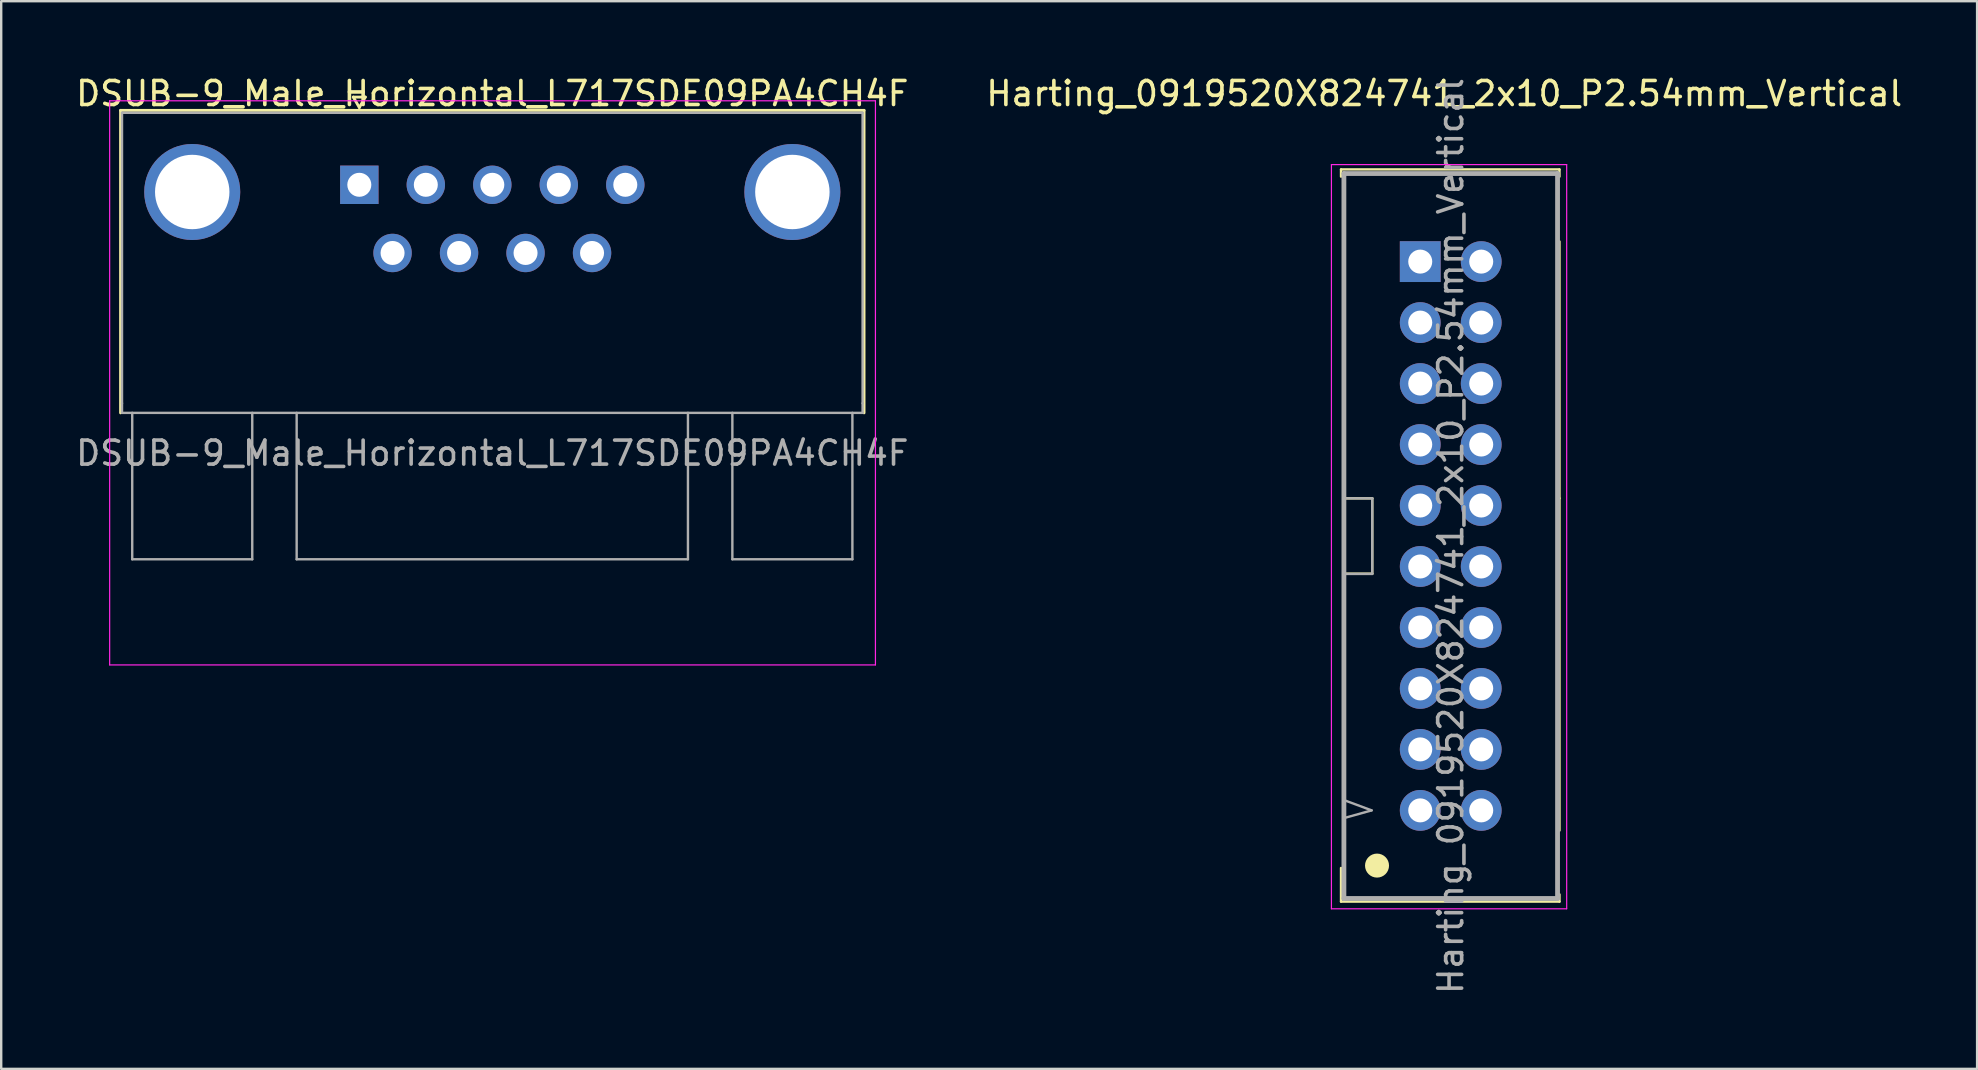
<source format=kicad_pcb>
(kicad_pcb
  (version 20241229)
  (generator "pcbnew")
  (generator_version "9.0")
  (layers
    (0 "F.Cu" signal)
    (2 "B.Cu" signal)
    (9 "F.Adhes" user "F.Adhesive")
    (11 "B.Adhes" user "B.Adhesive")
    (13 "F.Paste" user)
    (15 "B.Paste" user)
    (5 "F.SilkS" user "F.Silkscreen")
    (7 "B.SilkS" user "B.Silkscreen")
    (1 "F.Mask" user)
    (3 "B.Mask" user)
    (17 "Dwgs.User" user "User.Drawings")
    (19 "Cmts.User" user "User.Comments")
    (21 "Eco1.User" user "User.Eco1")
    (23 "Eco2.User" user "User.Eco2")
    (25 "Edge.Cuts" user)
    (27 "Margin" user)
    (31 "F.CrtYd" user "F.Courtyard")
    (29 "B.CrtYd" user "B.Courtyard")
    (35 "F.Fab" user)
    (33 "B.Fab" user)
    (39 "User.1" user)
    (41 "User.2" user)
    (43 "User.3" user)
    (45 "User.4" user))
  (footprint "Harting_0919520X824741_2x10_P2.54mm_Vertical"
    (layer "F.Cu")
    (at 56.113 30.708)
    (property "Reference" "Harting_0919520X824741_2x10_P2.54mm_Vertical" (at 1 -29.86 0) (layer "F.SilkS") (effects (font (size 1 1) (thickness 0.15))))
    (attr through_hole)
    (fp_line (start -3.3 -26.7) (end -3.3 -26.4) (stroke (width 0.1) (type solid)) (layer "F.SilkS"))
    (fp_line (start -3.3 2.4) (end -3.3 3.8) (stroke (width 0.1) (type solid)) (layer "F.SilkS"))
    (fp_line (start -3.18 -13) (end -3.18 -23.7) (stroke (width 0.1) (type solid)) (layer "F.SilkS"))
    (fp_line (start -3.18 -13) (end -2 -13) (stroke (width 0.1) (type solid)) (layer "F.SilkS"))
    (fp_line (start -3.18 -9.86) (end -3.18 0.84) (stroke (width 0.1) (type solid)) (layer "F.SilkS"))
    (fp_line (start -3.18 -9.86) (end -2 -9.86) (stroke (width 0.1) (type solid)) (layer "F.SilkS"))
    (fp_line (start -2 -9.86) (end -2 -13) (stroke (width 0.1) (type solid)) (layer "F.SilkS"))
    (fp_line (start 5.8 -26.7) (end -3.3 -26.7) (stroke (width 0.1) (type solid)) (layer "F.SilkS"))
    (fp_line (start 5.8 -26.7) (end 5.8 -26.4) (stroke (width 0.1) (type solid)) (layer "F.SilkS"))
    (fp_line (start 5.8 -13) (end 5.8 -23.7) (stroke (width 0.1) (type solid)) (layer "F.SilkS"))
    (fp_line (start 5.8 -13) (end 5.8 0.84) (stroke (width 0.1) (type solid)) (layer "F.SilkS"))
    (fp_line (start 5.8 3.5) (end 5.8 3.8) (stroke (width 0.1) (type solid)) (layer "F.SilkS"))
    (fp_line (start 5.8 3.8) (end -3.3 3.8) (stroke (width 0.1) (type solid)) (layer "F.SilkS"))
    (fp_circle (center -1.8 2.3) (end -1.55 2.3) (stroke (width 0.5) (type solid)) (fill no) (layer "F.SilkS"))
    (fp_line (start -3.7 4.1) (end -3.7 -26.9) (stroke (width 0.05) (type solid)) (layer "F.CrtYd"))
    (fp_line (start 6.1 -26.9) (end -3.7 -26.9) (stroke (width 0.05) (type solid)) (layer "F.CrtYd"))
    (fp_line (start 6.1 -26.9) (end 6.1 4.1) (stroke (width 0.05) (type solid)) (layer "F.CrtYd"))
    (fp_line (start 6.1 4.1) (end -3.7 4.1) (stroke (width 0.05) (type solid)) (layer "F.CrtYd"))
    (fp_line (start -3.18 -26.53) (end 5.72 -26.53) (stroke (width 0.2) (type solid)) (layer "F.Fab"))
    (fp_line (start -3.18 3.67) (end -3.18 -26.53) (stroke (width 0.2) (type solid)) (layer "F.Fab"))
    (fp_line (start -3.15 -13) (end -2 -13) (stroke (width 0.1) (type solid)) (layer "F.Fab"))
    (fp_line (start -2.025 0) (end -3.1 -0.4) (stroke (width 0.1) (type solid)) (layer "F.Fab"))
    (fp_line (start -2.025 0) (end -3.1 0.3) (stroke (width 0.1) (type solid)) (layer "F.Fab"))
    (fp_line (start -2 -13) (end -2 -9.85) (stroke (width 0.1) (type solid)) (layer "F.Fab"))
    (fp_line (start -2 -9.85) (end -3.15 -9.85) (stroke (width 0.1) (type solid)) (layer "F.Fab"))
    (fp_line (start 5.72 -26.53) (end 5.72 3.67) (stroke (width 0.2) (type solid)) (layer "F.Fab"))
    (fp_line (start 5.72 3.67) (end -3.18 3.67) (stroke (width 0.2) (type solid)) (layer "F.Fab"))
    (fp_text user "${REFERENCE}" (at 1.27 -11.43 90) (layer "F.Fab") (effects (font (size 1 1) (thickness 0.15))))
    (pad "1" thru_hole oval (at 0 0) (size 1.7 1.7) (drill 1) (layers "*.Cu" "*.Mask"))
    (pad "2" thru_hole oval (at 2.54 0) (size 1.7 1.7) (drill 1) (layers "*.Cu" "*.Mask"))
    (pad "3" thru_hole oval (at 0 -2.54) (size 1.7 1.7) (drill 1) (layers "*.Cu" "*.Mask"))
    (pad "4" thru_hole oval (at 2.54 -2.54) (size 1.7 1.7) (drill 1) (layers "*.Cu" "*.Mask"))
    (pad "5" thru_hole oval (at 0 -5.08) (size 1.7 1.7) (drill 1) (layers "*.Cu" "*.Mask"))
    (pad "6" thru_hole oval (at 2.54 -5.08) (size 1.7 1.7) (drill 1) (layers "*.Cu" "*.Mask"))
    (pad "7" thru_hole oval (at 0 -7.62) (size 1.7 1.7) (drill 1) (layers "*.Cu" "*.Mask"))
    (pad "8" thru_hole oval (at 2.54 -7.62) (size 1.7 1.7) (drill 1) (layers "*.Cu" "*.Mask"))
    (pad "9" thru_hole oval (at 0 -10.16) (size 1.7 1.7) (drill 1) (layers "*.Cu" "*.Mask"))
    (pad "10" thru_hole oval (at 2.54 -10.16) (size 1.7 1.7) (drill 1) (layers "*.Cu" "*.Mask"))
    (pad "11" thru_hole oval (at 0 -12.7) (size 1.7 1.7) (drill 1) (layers "*.Cu" "*.Mask"))
    (pad "12" thru_hole oval (at 2.54 -12.7) (size 1.7 1.7) (drill 1) (layers "*.Cu" "*.Mask"))
    (pad "13" thru_hole oval (at 0 -15.24) (size 1.7 1.7) (drill 1) (layers "*.Cu" "*.Mask"))
    (pad "14" thru_hole oval (at 2.54 -15.24) (size 1.7 1.7) (drill 1) (layers "*.Cu" "*.Mask"))
    (pad "15" thru_hole oval (at 0 -17.78) (size 1.7 1.7) (drill 1) (layers "*.Cu" "*.Mask"))
    (pad "16" thru_hole oval (at 2.54 -17.78) (size 1.7 1.7) (drill 1) (layers "*.Cu" "*.Mask"))
    (pad "17" thru_hole oval (at 0 -20.32) (size 1.7 1.7) (drill 1) (layers "*.Cu" "*.Mask"))
    (pad "18" thru_hole oval (at 2.54 -20.32) (size 1.7 1.7) (drill 1) (layers "*.Cu" "*.Mask"))
    (pad "19" thru_hole rect (at 0 -22.86) (size 1.7 1.7) (drill 1) (layers "*.Cu" "*.Mask"))
    (pad "20" thru_hole oval (at 2.54 -22.86) (size 1.7 1.7) (drill 1) (layers "*.Cu" "*.Mask")))
  (footprint "DSUB-9_Male_Horizontal_L717SDE09PA4CH4F"
    (layer "F.Cu")
    (at 11.918 4.648)
    (property "Reference" "DSUB-9_Male_Horizontal_L717SDE09PA4CH4F" (at 5.54 -3.8 0) (layer "F.SilkS") (effects (font (size 1 1) (thickness 0.15))))
    (attr through_hole)
    (fp_line (start -9.945 -3.1) (end 21.025 -3.1) (stroke (width 0.12) (type solid)) (layer "F.SilkS"))
    (fp_line (start -9.945 9.5) (end -9.945 -3.1) (stroke (width 0.12) (type solid)) (layer "F.SilkS"))
    (fp_line (start -0.25 -3.654) (end 0.25 -3.654) (stroke (width 0.12) (type solid)) (layer "F.SilkS"))
    (fp_line (start 0 -3.221) (end -0.25 -3.654) (stroke (width 0.12) (type solid)) (layer "F.SilkS"))
    (fp_line (start 0.25 -3.654) (end 0 -3.221) (stroke (width 0.12) (type solid)) (layer "F.SilkS"))
    (fp_line (start 21.025 -3.1) (end 21.025 9.5) (stroke (width 0.12) (type solid)) (layer "F.SilkS"))
    (fp_line (start -10.4 9.5) (end 3.1 9.5) (stroke (width 0.05) (type solid)) (layer "Eco2.User"))
    (fp_line (start 8 9.5) (end 21.5 9.5) (stroke (width 0.05) (type solid)) (layer "Eco2.User"))
    (fp_line (start -10.4 -3.5) (end -10.4 20) (stroke (width 0.05) (type solid)) (layer "F.CrtYd"))
    (fp_line (start -10.4 20) (end 21.5 20) (stroke (width 0.05) (type solid)) (layer "F.CrtYd"))
    (fp_line (start 21.5 -3.5) (end -10.4 -3.5) (stroke (width 0.05) (type solid)) (layer "F.CrtYd"))
    (fp_line (start 21.5 20) (end 21.5 -3.5) (stroke (width 0.05) (type solid)) (layer "F.CrtYd"))
    (fp_line (start -9.885 -3) (end -9.885 9.1) (stroke (width 0.1) (type solid)) (layer "F.Fab"))
    (fp_line (start -9.885 9.1) (end -9.885 9.5) (stroke (width 0.1) (type solid)) (layer "F.Fab"))
    (fp_line (start -9.885 9.5) (end 20.965 9.5) (stroke (width 0.1) (type solid)) (layer "F.Fab"))
    (fp_line (start -9.46 9.5) (end -9.46 15.6) (stroke (width 0.1) (type solid)) (layer "F.Fab"))
    (fp_line (start -9.46 15.6) (end -4.46 15.6) (stroke (width 0.1) (type solid)) (layer "F.Fab"))
    (fp_line (start -4.46 15.6) (end -4.46 9.5) (stroke (width 0.1) (type solid)) (layer "F.Fab"))
    (fp_line (start -2.61 9.5) (end -2.61 15.6) (stroke (width 0.1) (type solid)) (layer "F.Fab"))
    (fp_line (start -2.61 15.6) (end 13.69 15.6) (stroke (width 0.1) (type solid)) (layer "F.Fab"))
    (fp_line (start 13.69 9.5) (end 13.69 15.6) (stroke (width 0.1) (type solid)) (layer "F.Fab"))
    (fp_line (start 15.54 9.5) (end 15.54 15.6) (stroke (width 0.1) (type solid)) (layer "F.Fab"))
    (fp_line (start 15.54 15.6) (end 20.54 15.6) (stroke (width 0.1) (type solid)) (layer "F.Fab"))
    (fp_line (start 20.54 15.6) (end 20.54 9.5) (stroke (width 0.1) (type solid)) (layer "F.Fab"))
    (fp_line (start 20.965 -3) (end -9.885 -3) (stroke (width 0.1) (type solid)) (layer "F.Fab"))
    (fp_line (start 20.965 9.1) (end 20.965 -3) (stroke (width 0.1) (type solid)) (layer "F.Fab"))
    (fp_line (start 20.965 9.5) (end 20.965 9.1) (stroke (width 0.1) (type solid)) (layer "F.Fab"))
    (fp_text user "Board Edge" (at 5.55 9.5 0) (unlocked yes) (layer "Eco2.User") (effects (font (size 0.5 0.5) (thickness 0.125))))
    (fp_text user "${REFERENCE}" (at 5.54 11.18 0) (layer "F.Fab") (effects (font (size 1 1) (thickness 0.15))))
    (pad "0" thru_hole circle (at -6.96 0.3) (size 4 4) (drill 3.1) (layers "*.Cu" "*.Mask"))
    (pad "0" thru_hole circle (at 18.04 0.3) (size 4 4) (drill 3.1) (layers "*.Cu" "*.Mask"))
    (pad "1" thru_hole rect (at 0 0) (size 1.6 1.6) (drill 1) (layers "*.Cu" "*.Mask"))
    (pad "2" thru_hole circle (at 2.77 0) (size 1.6 1.6) (drill 1) (layers "*.Cu" "*.Mask"))
    (pad "3" thru_hole circle (at 5.54 0) (size 1.6 1.6) (drill 1) (layers "*.Cu" "*.Mask"))
    (pad "4" thru_hole circle (at 8.31 0) (size 1.6 1.6) (drill 1) (layers "*.Cu" "*.Mask"))
    (pad "5" thru_hole circle (at 11.08 0) (size 1.6 1.6) (drill 1) (layers "*.Cu" "*.Mask"))
    (pad "6" thru_hole circle (at 1.385 2.84) (size 1.6 1.6) (drill 1) (layers "*.Cu" "*.Mask"))
    (pad "7" thru_hole circle (at 4.155 2.84) (size 1.6 1.6) (drill 1) (layers "*.Cu" "*.Mask"))
    (pad "8" thru_hole circle (at 6.925 2.84) (size 1.6 1.6) (drill 1) (layers "*.Cu" "*.Mask"))
    (pad "9" thru_hole circle (at 9.695 2.84) (size 1.6 1.6) (drill 1) (layers "*.Cu" "*.Mask")))
  (gr_rect
    (start -3 -3)
    (end 79.31 41.475)
    (stroke (width 0.1) (type default))
    (fill no)
    (layer "Edge.Cuts")))
</source>
